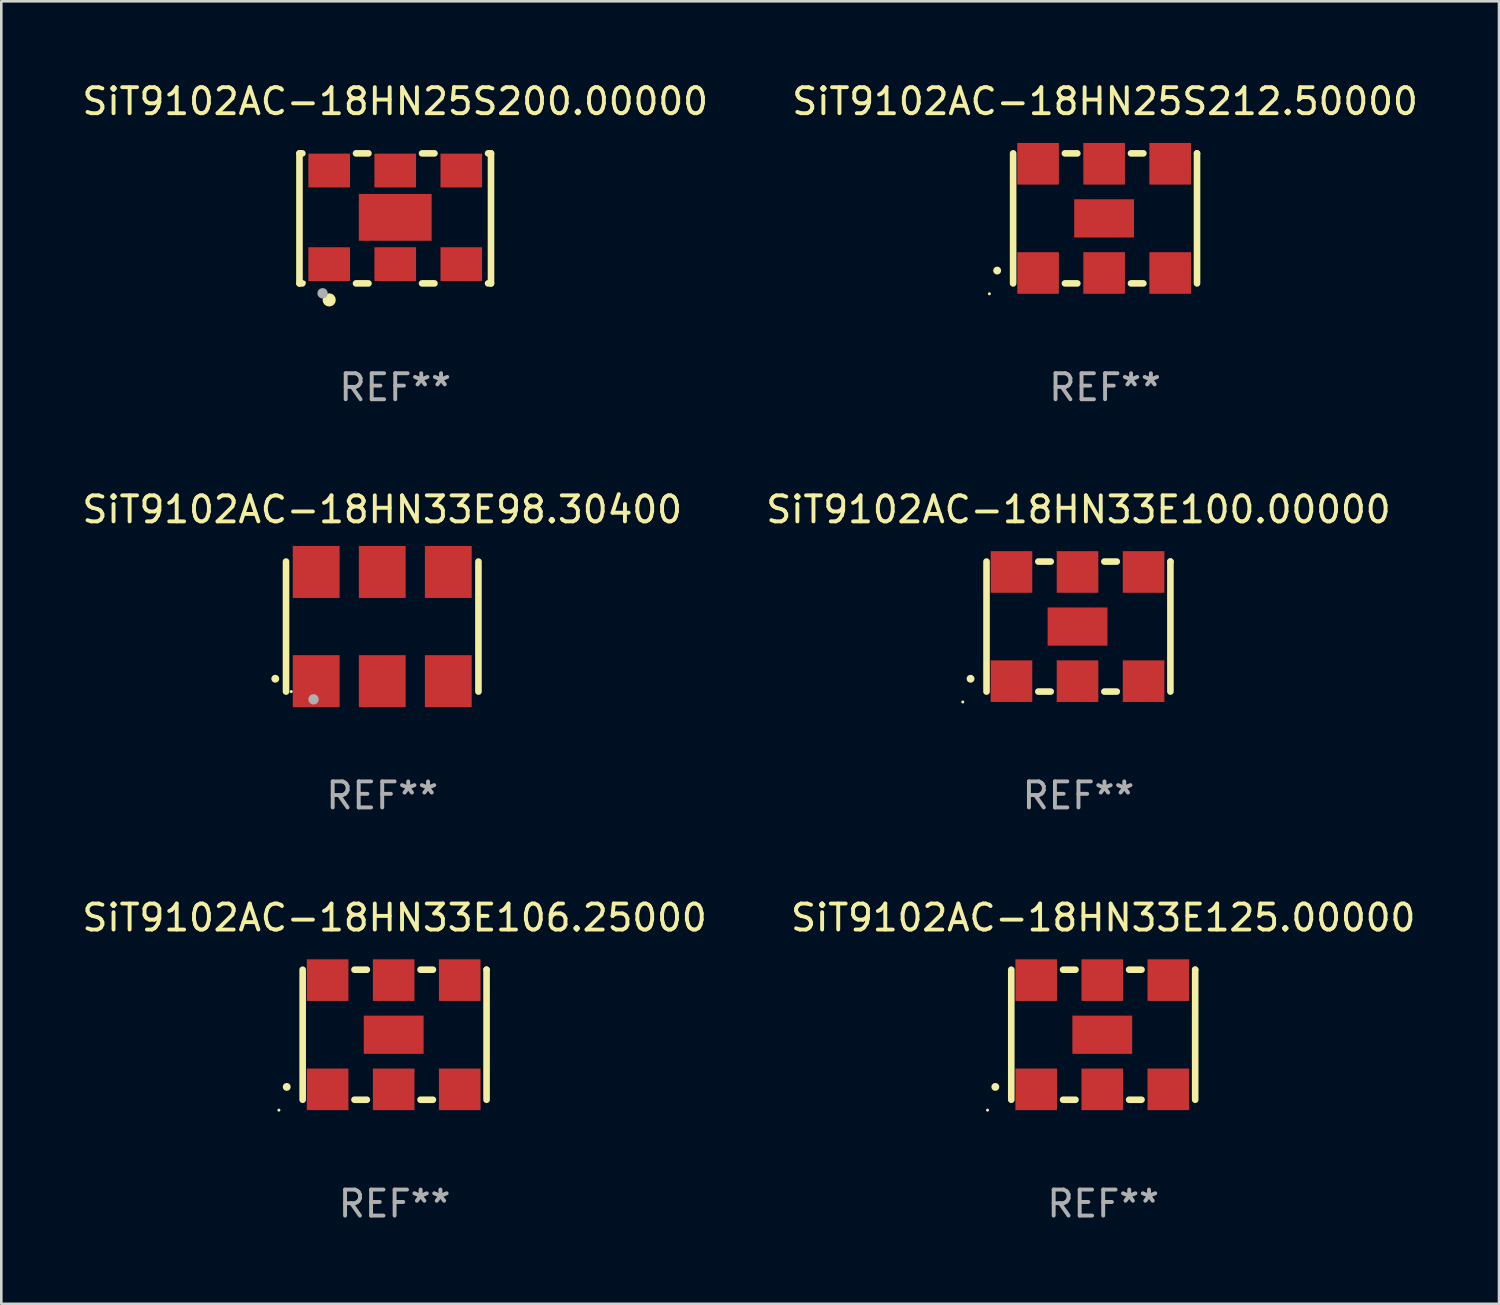
<source format=kicad_pcb>
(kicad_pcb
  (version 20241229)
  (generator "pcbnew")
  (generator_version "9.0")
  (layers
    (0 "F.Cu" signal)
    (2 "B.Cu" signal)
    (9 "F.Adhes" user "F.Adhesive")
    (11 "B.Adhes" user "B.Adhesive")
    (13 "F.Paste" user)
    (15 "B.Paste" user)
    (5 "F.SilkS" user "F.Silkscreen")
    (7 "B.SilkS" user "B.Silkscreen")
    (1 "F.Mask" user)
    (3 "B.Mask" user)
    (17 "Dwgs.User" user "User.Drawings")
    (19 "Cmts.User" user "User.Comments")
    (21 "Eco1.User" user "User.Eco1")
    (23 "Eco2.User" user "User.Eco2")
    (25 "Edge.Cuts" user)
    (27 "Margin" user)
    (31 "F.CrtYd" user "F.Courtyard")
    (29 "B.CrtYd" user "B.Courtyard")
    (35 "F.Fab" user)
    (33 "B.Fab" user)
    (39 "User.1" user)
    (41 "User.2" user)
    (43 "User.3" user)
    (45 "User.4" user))
  (footprint "SiT9102AC-18HN33E125.00000"
    (layer "F.Cu")
    (at 39.375 36.741)
    (property "Reference" "SiT9102AC-18HN33E125.00000" (at 0 -4.5 0) (layer "F.SilkS") (effects (font (size 1 1) (thickness 0.15))))
    (attr through_hole)
    (fp_line (start -3.536 -2.5) (end -3.536 2.5) (stroke (width 0.254) (type solid)) (layer "F.SilkS"))
    (fp_line (start -1.544 2.5) (end -1.067 2.5) (stroke (width 0.254) (type solid)) (layer "F.SilkS"))
    (fp_line (start -1.067 -2.5) (end -1.544 -2.5) (stroke (width 0.254) (type solid)) (layer "F.SilkS"))
    (fp_line (start 0.996 2.5) (end 1.473 2.5) (stroke (width 0.254) (type solid)) (layer "F.SilkS"))
    (fp_line (start 1.473 -2.5) (end 0.996 -2.5) (stroke (width 0.254) (type solid)) (layer "F.SilkS"))
    (fp_line (start 3.536 -2.5) (end 3.536 -2.5) (stroke (width 0.254) (type solid)) (layer "F.SilkS"))
    (fp_line (start 3.536 2.5) (end 3.536 -2.5) (stroke (width 0.254) (type solid)) (layer "F.SilkS"))
    (fp_arc (start -4.150432 2.006604) (mid -4.149162 2.006599) (end -4.147892 2.006604) (stroke (width 0.3) (type solid)) (layer "F.SilkS"))
    (fp_circle (center -4.449 2.9) (end -4.419 2.9) (stroke (width 0.06) (type solid)) (fill no) (layer "F.SilkS"))
    (fp_text user "REF**" (at 0 6.5 0) (layer "F.Fab") (effects (font (size 1 1) (thickness 0.15))))
    (pad "1" smd rect (at -2.576 2.1) (size 1.6 1.6) (layers "F.Cu" "F.Mask" "F.Paste"))
    (pad "2" smd rect (at -0.036 2.1) (size 1.6 1.6) (layers "F.Cu" "F.Mask" "F.Paste"))
    (pad "3" smd rect (at 2.504 2.1) (size 1.6 1.6) (layers "F.Cu" "F.Mask" "F.Paste"))
    (pad "4" smd rect (at 2.504 -2.1) (size 1.6 1.6) (layers "F.Cu" "F.Mask" "F.Paste"))
    (pad "5" smd rect (at -0.036 -2.1) (size 1.6 1.6) (layers "F.Cu" "F.Mask" "F.Paste"))
    (pad "6" smd rect (at -2.576 -2.1) (size 1.6 1.6) (layers "F.Cu" "F.Mask" "F.Paste"))
    (pad "7" smd rect (at -0.036 0) (size 2.3 1.47) (layers "F.Cu" "F.Mask" "F.Paste")))
  (footprint "SiT9102AC-18HN33E98.30400"
    (layer "F.Cu")
    (at 11.649 21.045)
    (property "Reference" "SiT9102AC-18HN33E98.30400" (at 0 -4.5 0) (layer "F.SilkS") (effects (font (size 1 1) (thickness 0.15))))
    (attr through_hole)
    (fp_line (start -3.7 -2.5) (end -3.7 2.5) (stroke (width 0.254) (type solid)) (layer "F.SilkS"))
    (fp_line (start 3.7 -2.5) (end 3.7 2.5) (stroke (width 0.254) (type solid)) (layer "F.SilkS"))
    (fp_arc (start -4.114415 2.006604) (mid -4.113145 2.006599) (end -4.111875 2.006604) (stroke (width 0.3) (type solid)) (layer "F.SilkS"))
    (fp_circle (center -3.5 2.501) (end -3.47 2.501) (stroke (width 0.06) (type solid)) (fill no) (layer "F.SilkS"))
    (fp_circle (center -2.641 2.799) (end -2.541 2.799) (stroke (width 0.2) (type solid)) (fill no) (layer "F.Fab"))
    (fp_text user "REF**" (at 0 6.5 0) (layer "F.Fab") (effects (font (size 1 1) (thickness 0.15))))
    (pad "1" smd rect (at -2.54 2.1) (size 1.8 2) (layers "F.Cu" "F.Mask" "F.Paste"))
    (pad "2" smd rect (at 0.000394 2.1) (size 1.8 2) (layers "F.Cu" "F.Mask" "F.Paste"))
    (pad "3" smd rect (at 2.54 2.1) (size 1.8 2) (layers "F.Cu" "F.Mask" "F.Paste"))
    (pad "4" smd rect (at 2.54 -2.1) (size 1.8 2) (layers "F.Cu" "F.Mask" "F.Paste"))
    (pad "5" smd rect (at 0.000394 -2.1) (size 1.8 2) (layers "F.Cu" "F.Mask" "F.Paste"))
    (pad "6" smd rect (at -2.54 -2.1) (size 1.8 2) (layers "F.Cu" "F.Mask" "F.Paste")))
  (footprint "SiT9102AC-18HN33E106.25000"
    (layer "F.Cu")
    (at 12.125 36.741)
    (property "Reference" "SiT9102AC-18HN33E106.25000" (at 0 -4.5 0) (layer "F.SilkS") (effects (font (size 1 1) (thickness 0.15))))
    (attr through_hole)
    (fp_line (start -3.536 -2.5) (end -3.536 2.5) (stroke (width 0.254) (type solid)) (layer "F.SilkS"))
    (fp_line (start -1.544 2.5) (end -1.067 2.5) (stroke (width 0.254) (type solid)) (layer "F.SilkS"))
    (fp_line (start -1.067 -2.5) (end -1.544 -2.5) (stroke (width 0.254) (type solid)) (layer "F.SilkS"))
    (fp_line (start 0.996 2.5) (end 1.473 2.5) (stroke (width 0.254) (type solid)) (layer "F.SilkS"))
    (fp_line (start 1.473 -2.5) (end 0.996 -2.5) (stroke (width 0.254) (type solid)) (layer "F.SilkS"))
    (fp_line (start 3.536 -2.5) (end 3.536 -2.5) (stroke (width 0.254) (type solid)) (layer "F.SilkS"))
    (fp_line (start 3.536 2.5) (end 3.536 -2.5) (stroke (width 0.254) (type solid)) (layer "F.SilkS"))
    (fp_arc (start -4.150432 2.006604) (mid -4.149162 2.006599) (end -4.147892 2.006604) (stroke (width 0.3) (type solid)) (layer "F.SilkS"))
    (fp_circle (center -4.449 2.9) (end -4.419 2.9) (stroke (width 0.06) (type solid)) (fill no) (layer "F.SilkS"))
    (fp_text user "REF**" (at 0 6.5 0) (layer "F.Fab") (effects (font (size 1 1) (thickness 0.15))))
    (pad "1" smd rect (at -2.576 2.1) (size 1.6 1.6) (layers "F.Cu" "F.Mask" "F.Paste"))
    (pad "2" smd rect (at -0.036 2.1) (size 1.6 1.6) (layers "F.Cu" "F.Mask" "F.Paste"))
    (pad "3" smd rect (at 2.504 2.1) (size 1.6 1.6) (layers "F.Cu" "F.Mask" "F.Paste"))
    (pad "4" smd rect (at 2.504 -2.1) (size 1.6 1.6) (layers "F.Cu" "F.Mask" "F.Paste"))
    (pad "5" smd rect (at -0.036 -2.1) (size 1.6 1.6) (layers "F.Cu" "F.Mask" "F.Paste"))
    (pad "6" smd rect (at -2.576 -2.1) (size 1.6 1.6) (layers "F.Cu" "F.Mask" "F.Paste"))
    (pad "7" smd rect (at -0.036 0) (size 2.3 1.47) (layers "F.Cu" "F.Mask" "F.Paste")))
  (footprint "SiT9102AC-18HN25S212.50000"
    (layer "F.Cu")
    (at 39.446 5.348)
    (property "Reference" "SiT9102AC-18HN25S212.50000" (at 0 -4.5 0) (layer "F.SilkS") (effects (font (size 1 1) (thickness 0.15))))
    (attr through_hole)
    (fp_line (start -3.536 -2.5) (end -3.536 2.5) (stroke (width 0.254) (type solid)) (layer "F.SilkS"))
    (fp_line (start -1.544 2.5) (end -1.067 2.5) (stroke (width 0.254) (type solid)) (layer "F.SilkS"))
    (fp_line (start -1.067 -2.5) (end -1.544 -2.5) (stroke (width 0.254) (type solid)) (layer "F.SilkS"))
    (fp_line (start 0.996 2.5) (end 1.473 2.5) (stroke (width 0.254) (type solid)) (layer "F.SilkS"))
    (fp_line (start 1.473 -2.5) (end 0.996 -2.5) (stroke (width 0.254) (type solid)) (layer "F.SilkS"))
    (fp_line (start 3.536 -2.5) (end 3.536 -2.5) (stroke (width 0.254) (type solid)) (layer "F.SilkS"))
    (fp_line (start 3.536 2.5) (end 3.536 -2.5) (stroke (width 0.254) (type solid)) (layer "F.SilkS"))
    (fp_arc (start -4.150432 2.006604) (mid -4.149162 2.006599) (end -4.147892 2.006604) (stroke (width 0.3) (type solid)) (layer "F.SilkS"))
    (fp_circle (center -4.449 2.9) (end -4.419 2.9) (stroke (width 0.06) (type solid)) (fill no) (layer "F.SilkS"))
    (fp_text user "REF**" (at 0 6.5 0) (layer "F.Fab") (effects (font (size 1 1) (thickness 0.15))))
    (pad "1" smd rect (at -2.576 2.1) (size 1.6 1.6) (layers "F.Cu" "F.Mask" "F.Paste"))
    (pad "2" smd rect (at -0.036 2.1) (size 1.6 1.6) (layers "F.Cu" "F.Mask" "F.Paste"))
    (pad "3" smd rect (at 2.504 2.1) (size 1.6 1.6) (layers "F.Cu" "F.Mask" "F.Paste"))
    (pad "4" smd rect (at 2.504 -2.1) (size 1.6 1.6) (layers "F.Cu" "F.Mask" "F.Paste"))
    (pad "5" smd rect (at -0.036 -2.1) (size 1.6 1.6) (layers "F.Cu" "F.Mask" "F.Paste"))
    (pad "6" smd rect (at -2.576 -2.1) (size 1.6 1.6) (layers "F.Cu" "F.Mask" "F.Paste"))
    (pad "7" smd rect (at -0.036 0) (size 2.3 1.47) (layers "F.Cu" "F.Mask" "F.Paste")))
  (footprint "SiT9102AC-18HN25S200.00000"
    (layer "F.Cu")
    (at 12.149 5.348)
    (property "Reference" "SiT9102AC-18HN25S200.00000" (at 0 -4.5 0) (layer "F.SilkS") (effects (font (size 1 1) (thickness 0.15))))
    (attr through_hole)
    (fp_line (start -3.683 -2.5) (end -3.571 -2.5) (stroke (width 0.254) (type solid)) (layer "F.SilkS"))
    (fp_line (start -3.683 2.5) (end -3.683 -2.5) (stroke (width 0.254) (type solid)) (layer "F.SilkS"))
    (fp_line (start -3.683 2.5) (end -3.571 2.5) (stroke (width 0.254) (type solid)) (layer "F.SilkS"))
    (fp_line (start -1.509 -2.5) (end -1.031 -2.5) (stroke (width 0.254) (type solid)) (layer "F.SilkS"))
    (fp_line (start -1.509 2.5) (end -1.031 2.5) (stroke (width 0.254) (type solid)) (layer "F.SilkS"))
    (fp_line (start 1.031 -2.5) (end 1.509 -2.5) (stroke (width 0.254) (type solid)) (layer "F.SilkS"))
    (fp_line (start 1.031 2.5) (end 1.509 2.5) (stroke (width 0.254) (type solid)) (layer "F.SilkS"))
    (fp_line (start 3.571 -2.5) (end 3.683 -2.5) (stroke (width 0.254) (type solid)) (layer "F.SilkS"))
    (fp_line (start 3.571 2.5) (end 3.683 2.5) (stroke (width 0.254) (type solid)) (layer "F.SilkS"))
    (fp_line (start 3.683 2.5) (end 3.683 -2.5) (stroke (width 0.254) (type solid)) (layer "F.SilkS"))
    (fp_circle (center -3.5 2.46) (end -3.47 2.46) (stroke (width 0.06) (type solid)) (fill no) (layer "F.SilkS"))
    (fp_circle (center -2.54 3.135) (end -2.413 3.135) (stroke (width 0.254) (type solid)) (fill no) (layer "F.SilkS"))
    (fp_circle (center -2.794 2.881) (end -2.694 2.881) (stroke (width 0.2) (type solid)) (fill no) (layer "F.Fab"))
    (fp_text user "REF**" (at 0 6.5 0) (layer "F.Fab") (effects (font (size 1 1) (thickness 0.15))))
    (pad "1" smd rect (at -2.54 1.76) (size 1.6 1.3) (layers "F.Cu" "F.Mask" "F.Paste"))
    (pad "2" smd rect (at 0 1.76) (size 1.6 1.3) (layers "F.Cu" "F.Mask" "F.Paste"))
    (pad "3" smd rect (at 2.54 1.76) (size 1.6 1.3) (layers "F.Cu" "F.Mask" "F.Paste"))
    (pad "4" smd rect (at 2.54 -1.84) (size 1.6 1.3) (layers "F.Cu" "F.Mask" "F.Paste"))
    (pad "5" smd rect (at 0 -1.84) (size 1.6 1.3) (layers "F.Cu" "F.Mask" "F.Paste"))
    (pad "6" smd rect (at -2.54 -1.84) (size 1.6 1.3) (layers "F.Cu" "F.Mask" "F.Paste"))
    (pad "7" smd rect (at 0 -0.04) (size 2.8 1.8) (layers "F.Cu" "F.Mask" "F.Paste")))
  (footprint "SiT9102AC-18HN33E100.00000"
    (layer "F.Cu")
    (at 38.423 21.045)
    (property "Reference" "SiT9102AC-18HN33E100.00000" (at 0 -4.5 0) (layer "F.SilkS") (effects (font (size 1 1) (thickness 0.15))))
    (attr through_hole)
    (fp_line (start -3.536 -2.5) (end -3.536 2.5) (stroke (width 0.254) (type solid)) (layer "F.SilkS"))
    (fp_line (start -1.544 2.5) (end -1.067 2.5) (stroke (width 0.254) (type solid)) (layer "F.SilkS"))
    (fp_line (start -1.067 -2.5) (end -1.544 -2.5) (stroke (width 0.254) (type solid)) (layer "F.SilkS"))
    (fp_line (start 0.996 2.5) (end 1.473 2.5) (stroke (width 0.254) (type solid)) (layer "F.SilkS"))
    (fp_line (start 1.473 -2.5) (end 0.996 -2.5) (stroke (width 0.254) (type solid)) (layer "F.SilkS"))
    (fp_line (start 3.536 -2.5) (end 3.536 -2.5) (stroke (width 0.254) (type solid)) (layer "F.SilkS"))
    (fp_line (start 3.536 2.5) (end 3.536 -2.5) (stroke (width 0.254) (type solid)) (layer "F.SilkS"))
    (fp_arc (start -4.150432 2.006604) (mid -4.149162 2.006599) (end -4.147892 2.006604) (stroke (width 0.3) (type solid)) (layer "F.SilkS"))
    (fp_circle (center -4.449 2.9) (end -4.419 2.9) (stroke (width 0.06) (type solid)) (fill no) (layer "F.SilkS"))
    (fp_text user "REF**" (at 0 6.5 0) (layer "F.Fab") (effects (font (size 1 1) (thickness 0.15))))
    (pad "1" smd rect (at -2.576 2.1) (size 1.6 1.6) (layers "F.Cu" "F.Mask" "F.Paste"))
    (pad "2" smd rect (at -0.036 2.1) (size 1.6 1.6) (layers "F.Cu" "F.Mask" "F.Paste"))
    (pad "3" smd rect (at 2.504 2.1) (size 1.6 1.6) (layers "F.Cu" "F.Mask" "F.Paste"))
    (pad "4" smd rect (at 2.504 -2.1) (size 1.6 1.6) (layers "F.Cu" "F.Mask" "F.Paste"))
    (pad "5" smd rect (at -0.036 -2.1) (size 1.6 1.6) (layers "F.Cu" "F.Mask" "F.Paste"))
    (pad "6" smd rect (at -2.576 -2.1) (size 1.6 1.6) (layers "F.Cu" "F.Mask" "F.Paste"))
    (pad "7" smd rect (at -0.036 0) (size 2.3 1.47) (layers "F.Cu" "F.Mask" "F.Paste")))
  (gr_rect
    (start -3 -3)
    (end 54.595 47.09)
    (stroke (width 0.1) (type default))
    (fill no)
    (layer "Edge.Cuts")))
</source>
